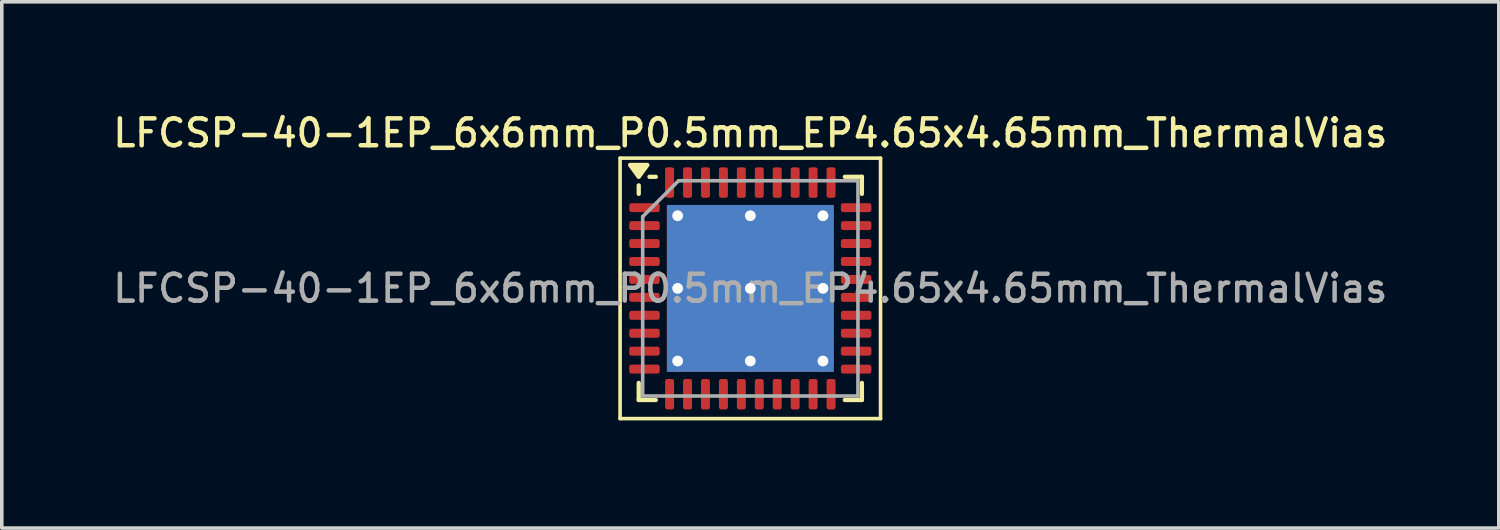
<source format=kicad_pcb>
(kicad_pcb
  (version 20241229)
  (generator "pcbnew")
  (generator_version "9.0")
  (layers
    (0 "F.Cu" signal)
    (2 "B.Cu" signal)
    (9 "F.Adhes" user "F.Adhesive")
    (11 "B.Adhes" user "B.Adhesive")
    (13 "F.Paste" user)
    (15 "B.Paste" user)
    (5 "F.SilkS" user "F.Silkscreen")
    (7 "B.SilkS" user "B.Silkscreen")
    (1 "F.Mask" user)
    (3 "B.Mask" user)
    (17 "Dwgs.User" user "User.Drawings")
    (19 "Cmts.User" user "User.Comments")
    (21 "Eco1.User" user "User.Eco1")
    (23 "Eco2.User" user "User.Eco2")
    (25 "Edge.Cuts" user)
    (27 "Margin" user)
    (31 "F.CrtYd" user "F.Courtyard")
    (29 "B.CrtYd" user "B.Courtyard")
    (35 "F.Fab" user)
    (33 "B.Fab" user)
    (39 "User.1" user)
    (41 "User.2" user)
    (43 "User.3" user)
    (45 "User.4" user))
  (footprint "LFCSP-40-1EP_6x6mm_P0.5mm_EP4.65x4.65mm_ThermalVias"
    (layer "F.Cu")
    (at 17.863 4.988)
    (property "Reference" "LFCSP-40-1EP_6x6mm_P0.5mm_EP4.65x4.65mm_ThermalVias" (at 0 -4.33 0) (layer "F.SilkS") (effects (font (size 0.75 0.75) (thickness 0.125))))
    (attr smd)
    (fp_line (start -3.63 -3.63) (end -3.63 3.63) (stroke (width 0.1) (type solid)) (layer "F.SilkS"))
    (fp_line (start -3.63 3.63) (end 3.63 3.63) (stroke (width 0.1) (type solid)) (layer "F.SilkS"))
    (fp_line (start -3.11 -2.635) (end -3.11 -2.87) (stroke (width 0.12) (type solid)) (layer "F.SilkS"))
    (fp_line (start -3.11 3.11) (end -3.11 2.635) (stroke (width 0.12) (type solid)) (layer "F.SilkS"))
    (fp_line (start -2.635 -3.11) (end -2.81 -3.11) (stroke (width 0.12) (type solid)) (layer "F.SilkS"))
    (fp_line (start -2.635 3.11) (end -3.11 3.11) (stroke (width 0.12) (type solid)) (layer "F.SilkS"))
    (fp_line (start 2.635 -3.11) (end 3.11 -3.11) (stroke (width 0.12) (type solid)) (layer "F.SilkS"))
    (fp_line (start 2.635 3.11) (end 3.11 3.11) (stroke (width 0.12) (type solid)) (layer "F.SilkS"))
    (fp_line (start 3.11 -3.11) (end 3.11 -2.635) (stroke (width 0.12) (type solid)) (layer "F.SilkS"))
    (fp_line (start 3.11 3.11) (end 3.11 2.635) (stroke (width 0.12) (type solid)) (layer "F.SilkS"))
    (fp_line (start 3.63 -3.63) (end -3.63 -3.63) (stroke (width 0.1) (type solid)) (layer "F.SilkS"))
    (fp_line (start 3.63 3.63) (end 3.63 -3.63) (stroke (width 0.1) (type solid)) (layer "F.SilkS"))
    (fp_poly (pts (xy -3.11 -3.11) (xy -3.35 -3.44) (xy -2.87 -3.44) (xy -3.11 -3.11)) (stroke (width 0.12) (type solid)) (fill yes) (layer "F.SilkS"))
    (fp_line (start -3 -2) (end -2 -3) (stroke (width 0.1) (type solid)) (layer "F.Fab"))
    (fp_line (start -3 3) (end -3 -2) (stroke (width 0.1) (type solid)) (layer "F.Fab"))
    (fp_line (start -2 -3) (end 3 -3) (stroke (width 0.1) (type solid)) (layer "F.Fab"))
    (fp_line (start 3 -3) (end 3 3) (stroke (width 0.1) (type solid)) (layer "F.Fab"))
    (fp_line (start 3 3) (end -3 3) (stroke (width 0.1) (type solid)) (layer "F.Fab"))
    (fp_text user "${REFERENCE}" (at 0 0 0) (layer "F.Fab") (effects (font (size 0.75 0.75) (thickness 0.125))))
    (pad "" smd custom (at -1.012 -1.012) (size 1.752 1.752) (layers "F.Paste") (options (anchor circle)) (primitives (gr_poly (pts (xy -0.779 -0.619) (xy -0.619 -0.779) (xy 0.619 -0.779) (xy 0.779 -0.619) (xy 0.779 0.619) (xy 0.619 0.779) (xy -0.619 0.779) (xy -0.779 0.619)) (width 0.387) (fill yes))))
    (pad "" smd custom (at -1.012 1.012) (size 1.752 1.752) (layers "F.Paste") (options (anchor circle)) (primitives (gr_poly (pts (xy -0.779 -0.619) (xy -0.619 -0.779) (xy 0.619 -0.779) (xy 0.779 -0.619) (xy 0.779 0.619) (xy 0.619 0.779) (xy -0.619 0.779) (xy -0.779 0.619)) (width 0.387) (fill yes))))
    (pad "" smd custom (at 1.012 -1.012) (size 1.752 1.752) (layers "F.Paste") (options (anchor circle)) (primitives (gr_poly (pts (xy -0.779 -0.619) (xy -0.619 -0.779) (xy 0.619 -0.779) (xy 0.779 -0.619) (xy 0.779 0.619) (xy 0.619 0.779) (xy -0.619 0.779) (xy -0.779 0.619)) (width 0.387) (fill yes))))
    (pad "" smd custom (at 1.012 1.012) (size 1.752 1.752) (layers "F.Paste") (options (anchor circle)) (primitives (gr_poly (pts (xy -0.779 -0.619) (xy -0.619 -0.779) (xy 0.619 -0.779) (xy 0.779 -0.619) (xy 0.779 0.619) (xy 0.619 0.779) (xy -0.619 0.779) (xy -0.779 0.619)) (width 0.387) (fill yes))))
    (pad "1" smd roundrect (at -2.95 -2.25) (size 0.85 0.25) (layers "F.Cu" "F.Mask" "F.Paste") (roundrect_rratio 0.25))
    (pad "2" smd roundrect (at -2.95 -1.75) (size 0.85 0.25) (layers "F.Cu" "F.Mask" "F.Paste") (roundrect_rratio 0.25))
    (pad "3" smd roundrect (at -2.95 -1.25) (size 0.85 0.25) (layers "F.Cu" "F.Mask" "F.Paste") (roundrect_rratio 0.25))
    (pad "4" smd roundrect (at -2.95 -0.75) (size 0.85 0.25) (layers "F.Cu" "F.Mask" "F.Paste") (roundrect_rratio 0.25))
    (pad "5" smd roundrect (at -2.95 -0.25) (size 0.85 0.25) (layers "F.Cu" "F.Mask" "F.Paste") (roundrect_rratio 0.25))
    (pad "6" smd roundrect (at -2.95 0.25) (size 0.85 0.25) (layers "F.Cu" "F.Mask" "F.Paste") (roundrect_rratio 0.25))
    (pad "7" smd roundrect (at -2.95 0.75) (size 0.85 0.25) (layers "F.Cu" "F.Mask" "F.Paste") (roundrect_rratio 0.25))
    (pad "8" smd roundrect (at -2.95 1.25) (size 0.85 0.25) (layers "F.Cu" "F.Mask" "F.Paste") (roundrect_rratio 0.25))
    (pad "9" smd roundrect (at -2.95 1.75) (size 0.85 0.25) (layers "F.Cu" "F.Mask" "F.Paste") (roundrect_rratio 0.25))
    (pad "10" smd roundrect (at -2.95 2.25) (size 0.85 0.25) (layers "F.Cu" "F.Mask" "F.Paste") (roundrect_rratio 0.25))
    (pad "11" smd roundrect (at -2.25 2.95) (size 0.25 0.85) (layers "F.Cu" "F.Mask" "F.Paste") (roundrect_rratio 0.25))
    (pad "12" smd roundrect (at -1.75 2.95) (size 0.25 0.85) (layers "F.Cu" "F.Mask" "F.Paste") (roundrect_rratio 0.25))
    (pad "13" smd roundrect (at -1.25 2.95) (size 0.25 0.85) (layers "F.Cu" "F.Mask" "F.Paste") (roundrect_rratio 0.25))
    (pad "14" smd roundrect (at -0.75 2.95) (size 0.25 0.85) (layers "F.Cu" "F.Mask" "F.Paste") (roundrect_rratio 0.25))
    (pad "15" smd roundrect (at -0.25 2.95) (size 0.25 0.85) (layers "F.Cu" "F.Mask" "F.Paste") (roundrect_rratio 0.25))
    (pad "16" smd roundrect (at 0.25 2.95) (size 0.25 0.85) (layers "F.Cu" "F.Mask" "F.Paste") (roundrect_rratio 0.25))
    (pad "17" smd roundrect (at 0.75 2.95) (size 0.25 0.85) (layers "F.Cu" "F.Mask" "F.Paste") (roundrect_rratio 0.25))
    (pad "18" smd roundrect (at 1.25 2.95) (size 0.25 0.85) (layers "F.Cu" "F.Mask" "F.Paste") (roundrect_rratio 0.25))
    (pad "19" smd roundrect (at 1.75 2.95) (size 0.25 0.85) (layers "F.Cu" "F.Mask" "F.Paste") (roundrect_rratio 0.25))
    (pad "20" smd roundrect (at 2.25 2.95) (size 0.25 0.85) (layers "F.Cu" "F.Mask" "F.Paste") (roundrect_rratio 0.25))
    (pad "21" smd roundrect (at 2.95 2.25) (size 0.85 0.25) (layers "F.Cu" "F.Mask" "F.Paste") (roundrect_rratio 0.25))
    (pad "22" smd roundrect (at 2.95 1.75) (size 0.85 0.25) (layers "F.Cu" "F.Mask" "F.Paste") (roundrect_rratio 0.25))
    (pad "23" smd roundrect (at 2.95 1.25) (size 0.85 0.25) (layers "F.Cu" "F.Mask" "F.Paste") (roundrect_rratio 0.25))
    (pad "24" smd roundrect (at 2.95 0.75) (size 0.85 0.25) (layers "F.Cu" "F.Mask" "F.Paste") (roundrect_rratio 0.25))
    (pad "25" smd roundrect (at 2.95 0.25) (size 0.85 0.25) (layers "F.Cu" "F.Mask" "F.Paste") (roundrect_rratio 0.25))
    (pad "26" smd roundrect (at 2.95 -0.25) (size 0.85 0.25) (layers "F.Cu" "F.Mask" "F.Paste") (roundrect_rratio 0.25))
    (pad "27" smd roundrect (at 2.95 -0.75) (size 0.85 0.25) (layers "F.Cu" "F.Mask" "F.Paste") (roundrect_rratio 0.25))
    (pad "28" smd roundrect (at 2.95 -1.25) (size 0.85 0.25) (layers "F.Cu" "F.Mask" "F.Paste") (roundrect_rratio 0.25))
    (pad "29" smd roundrect (at 2.95 -1.75) (size 0.85 0.25) (layers "F.Cu" "F.Mask" "F.Paste") (roundrect_rratio 0.25))
    (pad "30" smd roundrect (at 2.95 -2.25) (size 0.85 0.25) (layers "F.Cu" "F.Mask" "F.Paste") (roundrect_rratio 0.25))
    (pad "31" smd roundrect (at 2.25 -2.95) (size 0.25 0.85) (layers "F.Cu" "F.Mask" "F.Paste") (roundrect_rratio 0.25))
    (pad "32" smd roundrect (at 1.75 -2.95) (size 0.25 0.85) (layers "F.Cu" "F.Mask" "F.Paste") (roundrect_rratio 0.25))
    (pad "33" smd roundrect (at 1.25 -2.95) (size 0.25 0.85) (layers "F.Cu" "F.Mask" "F.Paste") (roundrect_rratio 0.25))
    (pad "34" smd roundrect (at 0.75 -2.95) (size 0.25 0.85) (layers "F.Cu" "F.Mask" "F.Paste") (roundrect_rratio 0.25))
    (pad "35" smd roundrect (at 0.25 -2.95) (size 0.25 0.85) (layers "F.Cu" "F.Mask" "F.Paste") (roundrect_rratio 0.25))
    (pad "36" smd roundrect (at -0.25 -2.95) (size 0.25 0.85) (layers "F.Cu" "F.Mask" "F.Paste") (roundrect_rratio 0.25))
    (pad "37" smd roundrect (at -0.75 -2.95) (size 0.25 0.85) (layers "F.Cu" "F.Mask" "F.Paste") (roundrect_rratio 0.25))
    (pad "38" smd roundrect (at -1.25 -2.95) (size 0.25 0.85) (layers "F.Cu" "F.Mask" "F.Paste") (roundrect_rratio 0.25))
    (pad "39" smd roundrect (at -1.75 -2.95) (size 0.25 0.85) (layers "F.Cu" "F.Mask" "F.Paste") (roundrect_rratio 0.25))
    (pad "40" smd roundrect (at -2.25 -2.95) (size 0.25 0.85) (layers "F.Cu" "F.Mask" "F.Paste") (roundrect_rratio 0.25))
    (pad "41" thru_hole circle (at -2.025 -2.025) (size 0.6 0.6) (drill 0.3) (property pad_prop_heatsink) (layers "*.Cu"))
    (pad "41" thru_hole circle (at -2.025 0) (size 0.6 0.6) (drill 0.3) (property pad_prop_heatsink) (layers "*.Cu"))
    (pad "41" thru_hole circle (at -2.025 2.025) (size 0.6 0.6) (drill 0.3) (property pad_prop_heatsink) (layers "*.Cu"))
    (pad "41" thru_hole circle (at 0 -2.025) (size 0.6 0.6) (drill 0.3) (property pad_prop_heatsink) (layers "*.Cu"))
    (pad "41" thru_hole circle (at 0 0) (size 0.6 0.6) (drill 0.3) (property pad_prop_heatsink) (layers "*.Cu"))
    (pad "41" smd rect (at 0 0) (size 4.65 4.65) (property pad_prop_heatsink) (layers "F.Cu" "F.Mask"))
    (pad "41" smd rect (at 0 0) (size 4.65 4.65) (property pad_prop_heatsink) (layers "B.Cu"))
    (pad "41" thru_hole circle (at 0 2.025) (size 0.6 0.6) (drill 0.3) (property pad_prop_heatsink) (layers "*.Cu"))
    (pad "41" thru_hole circle (at 2.025 -2.025) (size 0.6 0.6) (drill 0.3) (property pad_prop_heatsink) (layers "*.Cu"))
    (pad "41" thru_hole circle (at 2.025 0) (size 0.6 0.6) (drill 0.3) (property pad_prop_heatsink) (layers "*.Cu"))
    (pad "41" thru_hole circle (at 2.025 2.025) (size 0.6 0.6) (drill 0.3) (property pad_prop_heatsink) (layers "*.Cu")))
  (gr_rect
    (start -3 -3)
    (end 38.725 11.668)
    (stroke (width 0.1) (type default))
    (fill no)
    (layer "Edge.Cuts")))
</source>
